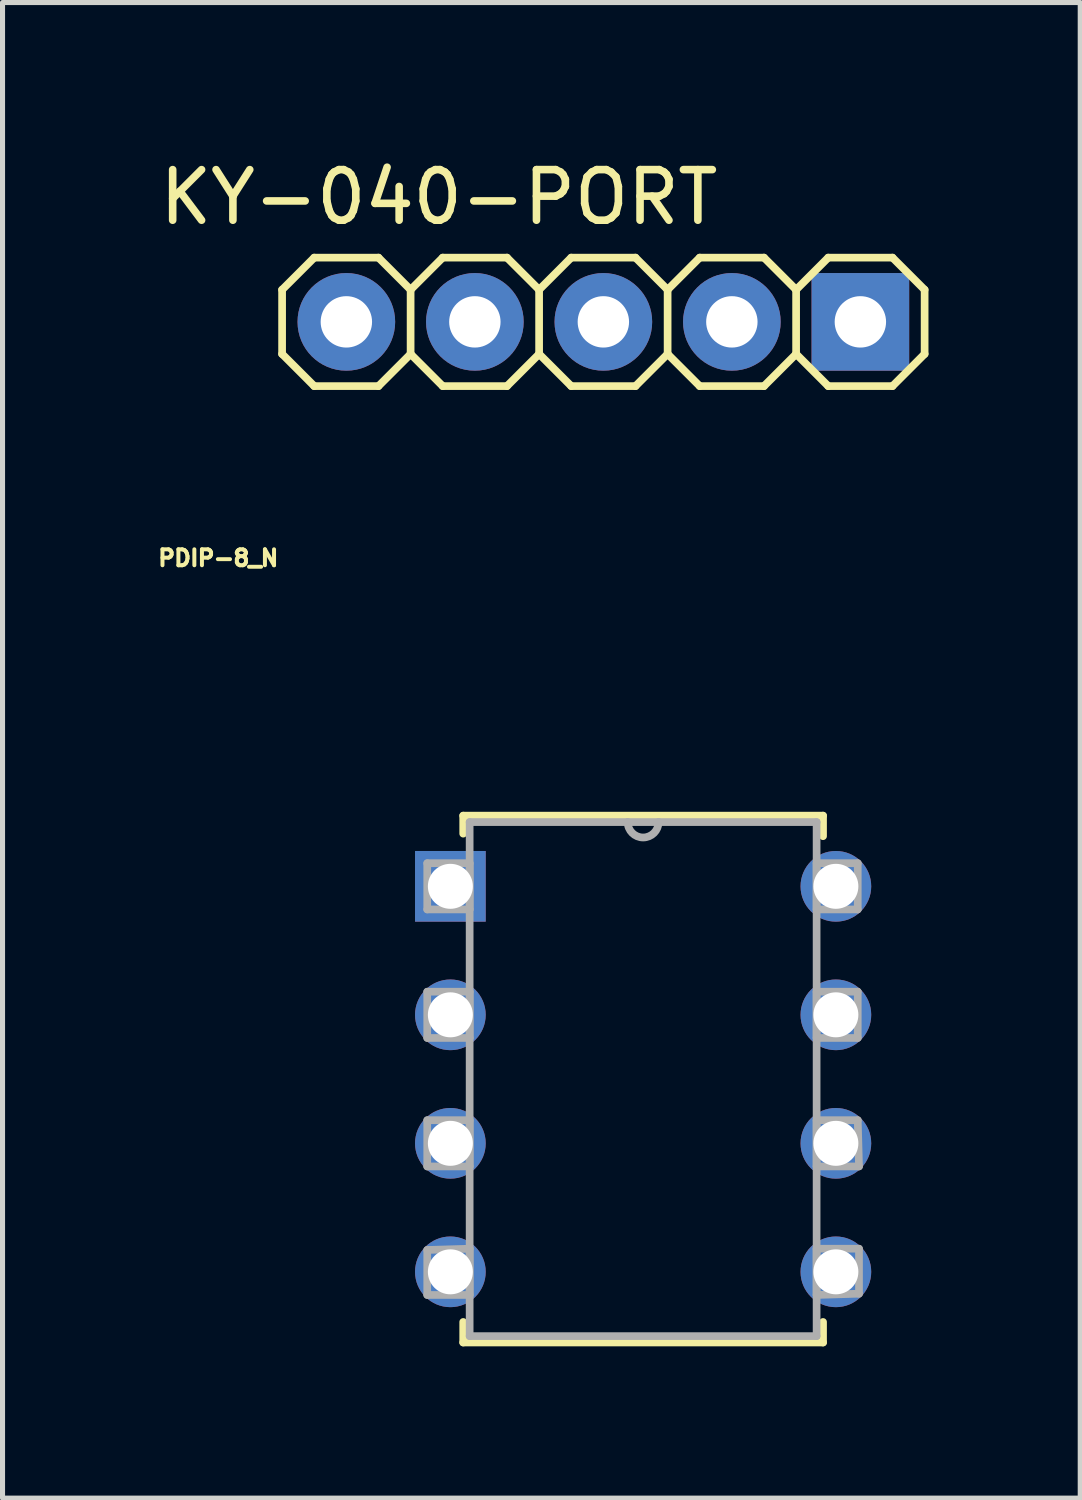
<source format=kicad_pcb>
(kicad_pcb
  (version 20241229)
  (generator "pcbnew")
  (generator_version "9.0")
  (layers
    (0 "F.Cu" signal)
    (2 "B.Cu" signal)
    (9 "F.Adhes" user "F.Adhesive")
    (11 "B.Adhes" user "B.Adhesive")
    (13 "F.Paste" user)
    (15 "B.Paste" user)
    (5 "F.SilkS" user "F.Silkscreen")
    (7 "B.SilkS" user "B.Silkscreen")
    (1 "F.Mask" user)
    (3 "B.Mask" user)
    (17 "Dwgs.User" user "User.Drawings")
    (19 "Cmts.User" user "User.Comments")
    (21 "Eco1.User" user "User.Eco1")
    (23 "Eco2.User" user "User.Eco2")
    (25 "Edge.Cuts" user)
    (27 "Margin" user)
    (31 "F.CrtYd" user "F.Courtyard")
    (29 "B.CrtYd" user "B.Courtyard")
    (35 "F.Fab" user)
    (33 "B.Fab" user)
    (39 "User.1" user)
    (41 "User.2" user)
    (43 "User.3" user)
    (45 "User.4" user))
  (footprint "PDIP-8_N"
    (layer "F.Cu")
    (at 13.472 22.089)
    (property "Reference" "PDIP-8_N" (at -12.208 -14.108 0) (layer "F.SilkS") (effects (font (size 0.315 0.315) (thickness 0.15))))
    (attr through_hole)
    (fp_line (start -7.366 -9.017) (end -7.366 -8.661) (stroke (width 0.152) (type solid)) (layer "F.SilkS"))
    (fp_line (start -7.366 0.991) (end -7.366 1.397) (stroke (width 0.152) (type solid)) (layer "F.SilkS"))
    (fp_line (start -7.366 1.397) (end -0.254 1.397) (stroke (width 0.152) (type solid)) (layer "F.SilkS"))
    (fp_line (start -0.254 -9.017) (end -7.366 -9.017) (stroke (width 0.152) (type solid)) (layer "F.SilkS"))
    (fp_line (start -0.254 -8.611) (end -0.254 -9.017) (stroke (width 0.152) (type solid)) (layer "F.SilkS"))
    (fp_line (start -0.254 1.397) (end -0.254 0.991) (stroke (width 0.152) (type solid)) (layer "F.SilkS"))
    (fp_line (start -8.077 -8.077) (end -8.077 -7.163) (stroke (width 0.152) (type solid)) (layer "F.Fab"))
    (fp_line (start -8.077 -7.163) (end -7.239 -7.163) (stroke (width 0.152) (type solid)) (layer "F.Fab"))
    (fp_line (start -8.077 -5.537) (end -8.077 -4.623) (stroke (width 0.152) (type solid)) (layer "F.Fab"))
    (fp_line (start -8.077 -4.623) (end -7.239 -4.623) (stroke (width 0.152) (type solid)) (layer "F.Fab"))
    (fp_line (start -8.077 -2.997) (end -8.077 -2.083) (stroke (width 0.152) (type solid)) (layer "F.Fab"))
    (fp_line (start -8.077 -2.083) (end -7.239 -2.083) (stroke (width 0.152) (type solid)) (layer "F.Fab"))
    (fp_line (start -8.077 -0.432) (end -8.077 0.457) (stroke (width 0.152) (type solid)) (layer "F.Fab"))
    (fp_line (start -8.077 0.457) (end -7.239 0.457) (stroke (width 0.152) (type solid)) (layer "F.Fab"))
    (fp_line (start -7.239 -8.89) (end -7.239 1.27) (stroke (width 0.152) (type solid)) (layer "F.Fab"))
    (fp_line (start -7.239 -8.077) (end -8.077 -8.077) (stroke (width 0.152) (type solid)) (layer "F.Fab"))
    (fp_line (start -7.239 -7.163) (end -7.239 -8.077) (stroke (width 0.152) (type solid)) (layer "F.Fab"))
    (fp_line (start -7.239 -5.537) (end -8.077 -5.537) (stroke (width 0.152) (type solid)) (layer "F.Fab"))
    (fp_line (start -7.239 -4.623) (end -7.239 -5.537) (stroke (width 0.152) (type solid)) (layer "F.Fab"))
    (fp_line (start -7.239 -2.997) (end -8.077 -2.997) (stroke (width 0.152) (type solid)) (layer "F.Fab"))
    (fp_line (start -7.239 -2.083) (end -7.239 -2.997) (stroke (width 0.152) (type solid)) (layer "F.Fab"))
    (fp_line (start -7.239 -0.457) (end -8.077 -0.432) (stroke (width 0.152) (type solid)) (layer "F.Fab"))
    (fp_line (start -7.239 0.457) (end -7.239 -0.457) (stroke (width 0.152) (type solid)) (layer "F.Fab"))
    (fp_line (start -7.239 1.27) (end -0.381 1.27) (stroke (width 0.152) (type solid)) (layer "F.Fab"))
    (fp_line (start -4.115 -8.89) (end -7.239 -8.89) (stroke (width 0.152) (type solid)) (layer "F.Fab"))
    (fp_line (start -3.505 -8.89) (end -4.115 -8.89) (stroke (width 0.152) (type solid)) (layer "F.Fab"))
    (fp_line (start -0.381 -8.89) (end -3.505 -8.89) (stroke (width 0.152) (type solid)) (layer "F.Fab"))
    (fp_line (start -0.381 -8.077) (end -0.381 -7.163) (stroke (width 0.152) (type solid)) (layer "F.Fab"))
    (fp_line (start -0.381 -7.163) (end 0.432 -7.163) (stroke (width 0.152) (type solid)) (layer "F.Fab"))
    (fp_line (start -0.381 -5.537) (end -0.381 -4.623) (stroke (width 0.152) (type solid)) (layer "F.Fab"))
    (fp_line (start -0.381 -4.623) (end 0.432 -4.623) (stroke (width 0.152) (type solid)) (layer "F.Fab"))
    (fp_line (start -0.381 -2.997) (end -0.381 -2.083) (stroke (width 0.152) (type solid)) (layer "F.Fab"))
    (fp_line (start -0.381 -2.083) (end 0.457 -2.083) (stroke (width 0.152) (type solid)) (layer "F.Fab"))
    (fp_line (start -0.381 -0.457) (end -0.381 0.457) (stroke (width 0.152) (type solid)) (layer "F.Fab"))
    (fp_line (start -0.381 0.457) (end 0.457 0.432) (stroke (width 0.152) (type solid)) (layer "F.Fab"))
    (fp_line (start -0.381 1.27) (end -0.381 -8.89) (stroke (width 0.152) (type solid)) (layer "F.Fab"))
    (fp_line (start 0.432 -8.077) (end -0.381 -8.077) (stroke (width 0.152) (type solid)) (layer "F.Fab"))
    (fp_line (start 0.432 -7.163) (end 0.432 -8.077) (stroke (width 0.152) (type solid)) (layer "F.Fab"))
    (fp_line (start 0.432 -5.537) (end -0.381 -5.537) (stroke (width 0.152) (type solid)) (layer "F.Fab"))
    (fp_line (start 0.432 -4.623) (end 0.432 -5.537) (stroke (width 0.152) (type solid)) (layer "F.Fab"))
    (fp_line (start 0.432 -2.997) (end -0.381 -2.997) (stroke (width 0.152) (type solid)) (layer "F.Fab"))
    (fp_line (start 0.457 -2.083) (end 0.432 -2.997) (stroke (width 0.152) (type solid)) (layer "F.Fab"))
    (fp_line (start 0.457 -0.457) (end -0.381 -0.457) (stroke (width 0.152) (type solid)) (layer "F.Fab"))
    (fp_line (start 0.457 0.432) (end 0.457 -0.457) (stroke (width 0.152) (type solid)) (layer "F.Fab"))
    (fp_arc (start -3.5052 -8.89) (mid -3.81 -8.5852) (end -4.1148 -8.89) (stroke (width 0.1524) (type solid)) (layer "F.Fab"))
    (pad "1" thru_hole rect (at -7.62 -7.62) (size 1.397 1.397) (drill 0.889) (layers "*.Cu" "*.Mask"))
    (pad "2" thru_hole circle (at -7.62 -5.08) (size 1.397 1.397) (drill 0.889) (layers "*.Cu" "*.Mask"))
    (pad "3" thru_hole circle (at -7.62 -2.54) (size 1.397 1.397) (drill 0.889) (layers "*.Cu" "*.Mask"))
    (pad "4" thru_hole circle (at -7.62 0) (size 1.397 1.397) (drill 0.889) (layers "*.Cu" "*.Mask"))
    (pad "5" thru_hole circle (at 0 0) (size 1.397 1.397) (drill 0.889) (layers "*.Cu" "*.Mask"))
    (pad "6" thru_hole circle (at 0 -2.54) (size 1.397 1.397) (drill 0.889) (layers "*.Cu" "*.Mask"))
    (pad "7" thru_hole circle (at 0 -5.08) (size 1.397 1.397) (drill 0.889) (layers "*.Cu" "*.Mask"))
    (pad "8" thru_hole circle (at 0 -7.62) (size 1.397 1.397) (drill 0.889) (layers "*.Cu" "*.Mask")))
  (footprint "KY-040-PORT"
    (layer "F.Cu")
    (at 10.146 3.312)
    (property "Reference" "KY-040-PORT" (at -4.521 -2.464 0) (layer "F.SilkS") (effects (font (size 1 1) (thickness 0.15))))
    (attr through_hole)
    (fp_line (start -7.62 -0.635) (end -7.62 0.635) (stroke (width 0.152) (type solid)) (layer "F.SilkS"))
    (fp_line (start -7.62 0.635) (end -6.985 1.27) (stroke (width 0.152) (type solid)) (layer "F.SilkS"))
    (fp_line (start -6.985 -1.27) (end -7.62 -0.635) (stroke (width 0.152) (type solid)) (layer "F.SilkS"))
    (fp_line (start -6.985 -1.27) (end -5.715 -1.27) (stroke (width 0.152) (type solid)) (layer "F.SilkS"))
    (fp_line (start -5.715 -1.27) (end -5.08 -0.635) (stroke (width 0.152) (type solid)) (layer "F.SilkS"))
    (fp_line (start -5.715 1.27) (end -6.985 1.27) (stroke (width 0.152) (type solid)) (layer "F.SilkS"))
    (fp_line (start -5.08 -0.635) (end -5.08 0.635) (stroke (width 0.152) (type solid)) (layer "F.SilkS"))
    (fp_line (start -5.08 -0.635) (end -4.445 -1.27) (stroke (width 0.152) (type solid)) (layer "F.SilkS"))
    (fp_line (start -5.08 0.635) (end -5.715 1.27) (stroke (width 0.152) (type solid)) (layer "F.SilkS"))
    (fp_line (start -4.445 -1.27) (end -3.175 -1.27) (stroke (width 0.152) (type solid)) (layer "F.SilkS"))
    (fp_line (start -4.445 1.27) (end -5.08 0.635) (stroke (width 0.152) (type solid)) (layer "F.SilkS"))
    (fp_line (start -3.175 -1.27) (end -2.54 -0.635) (stroke (width 0.152) (type solid)) (layer "F.SilkS"))
    (fp_line (start -3.175 1.27) (end -4.445 1.27) (stroke (width 0.152) (type solid)) (layer "F.SilkS"))
    (fp_line (start -2.54 -0.635) (end -2.54 0.635) (stroke (width 0.152) (type solid)) (layer "F.SilkS"))
    (fp_line (start -2.54 -0.635) (end -1.905 -1.27) (stroke (width 0.152) (type solid)) (layer "F.SilkS"))
    (fp_line (start -2.54 0.635) (end -3.175 1.27) (stroke (width 0.152) (type solid)) (layer "F.SilkS"))
    (fp_line (start -1.905 -1.27) (end -0.635 -1.27) (stroke (width 0.152) (type solid)) (layer "F.SilkS"))
    (fp_line (start -1.905 1.27) (end -2.54 0.635) (stroke (width 0.152) (type solid)) (layer "F.SilkS"))
    (fp_line (start -0.635 -1.27) (end 0 -0.635) (stroke (width 0.152) (type solid)) (layer "F.SilkS"))
    (fp_line (start -0.635 1.27) (end -1.905 1.27) (stroke (width 0.152) (type solid)) (layer "F.SilkS"))
    (fp_line (start 0 -0.635) (end 0 0.635) (stroke (width 0.152) (type solid)) (layer "F.SilkS"))
    (fp_line (start 0 0.635) (end -0.635 1.27) (stroke (width 0.152) (type solid)) (layer "F.SilkS"))
    (fp_line (start 0 0.635) (end 0.635 1.27) (stroke (width 0.152) (type solid)) (layer "F.SilkS"))
    (fp_line (start 0.635 -1.27) (end 0 -0.635) (stroke (width 0.152) (type solid)) (layer "F.SilkS"))
    (fp_line (start 0.635 -1.27) (end 1.905 -1.27) (stroke (width 0.152) (type solid)) (layer "F.SilkS"))
    (fp_line (start 1.905 -1.27) (end 2.54 -0.635) (stroke (width 0.152) (type solid)) (layer "F.SilkS"))
    (fp_line (start 1.905 1.27) (end 0.635 1.27) (stroke (width 0.152) (type solid)) (layer "F.SilkS"))
    (fp_line (start 2.54 -0.635) (end 2.54 0.635) (stroke (width 0.152) (type solid)) (layer "F.SilkS"))
    (fp_line (start 2.54 -0.635) (end 3.175 -1.27) (stroke (width 0.152) (type solid)) (layer "F.SilkS"))
    (fp_line (start 2.54 0.635) (end 1.905 1.27) (stroke (width 0.152) (type solid)) (layer "F.SilkS"))
    (fp_line (start 3.175 -1.27) (end 4.445 -1.27) (stroke (width 0.152) (type solid)) (layer "F.SilkS"))
    (fp_line (start 3.175 1.27) (end 2.54 0.635) (stroke (width 0.152) (type solid)) (layer "F.SilkS"))
    (fp_line (start 4.445 -1.27) (end 5.08 -0.635) (stroke (width 0.152) (type solid)) (layer "F.SilkS"))
    (fp_line (start 4.445 1.27) (end 3.175 1.27) (stroke (width 0.152) (type solid)) (layer "F.SilkS"))
    (fp_line (start 5.08 -0.635) (end 5.08 0.635) (stroke (width 0.152) (type solid)) (layer "F.SilkS"))
    (fp_line (start 5.08 0.635) (end 4.445 1.27) (stroke (width 0.152) (type solid)) (layer "F.SilkS"))
    (fp_poly (pts (xy -6.604 -0.254) (xy -6.096 -0.254) (xy -6.096 0.254) (xy -6.604 0.254)) (stroke (width 0.01) (type solid)) (fill no) (layer "F.Fab"))
    (fp_poly (pts (xy -4.064 -0.254) (xy -3.556 -0.254) (xy -3.556 0.254) (xy -4.064 0.254)) (stroke (width 0.01) (type solid)) (fill no) (layer "F.Fab"))
    (fp_poly (pts (xy -1.524 -0.254) (xy -1.016 -0.254) (xy -1.016 0.254) (xy -1.524 0.254)) (stroke (width 0.01) (type solid)) (fill no) (layer "F.Fab"))
    (fp_poly (pts (xy 1.016 -0.254) (xy 1.524 -0.254) (xy 1.524 0.254) (xy 1.016 0.254)) (stroke (width 0.01) (type solid)) (fill no) (layer "F.Fab"))
    (fp_poly (pts (xy 3.556 -0.254) (xy 4.064 -0.254) (xy 4.064 0.254) (xy 3.556 0.254)) (stroke (width 0.01) (type solid)) (fill no) (layer "F.Fab"))
    (pad "CLK" thru_hole circle (at -6.35 0) (size 1.93 1.93) (drill 1.016) (layers "*.Cu" "*.Mask"))
    (pad "DT" thru_hole circle (at -3.81 0) (size 1.93 1.93) (drill 1.016) (layers "*.Cu" "*.Mask"))
    (pad "GND" thru_hole rect (at 3.81 0) (size 1.93 1.93) (drill 1.016) (layers "*.Cu" "*.Mask"))
    (pad "SW" thru_hole circle (at -1.27 0) (size 1.93 1.93) (drill 1.016) (layers "*.Cu" "*.Mask"))
    (pad "VCC" thru_hole circle (at 1.27 0) (size 1.93 1.93) (drill 1.016) (layers "*.Cu" "*.Mask")))
  (gr_rect
    (start -3 -3)
    (end 18.302 26.562)
    (stroke (width 0.1) (type default))
    (fill no)
    (layer "Edge.Cuts")))
</source>
